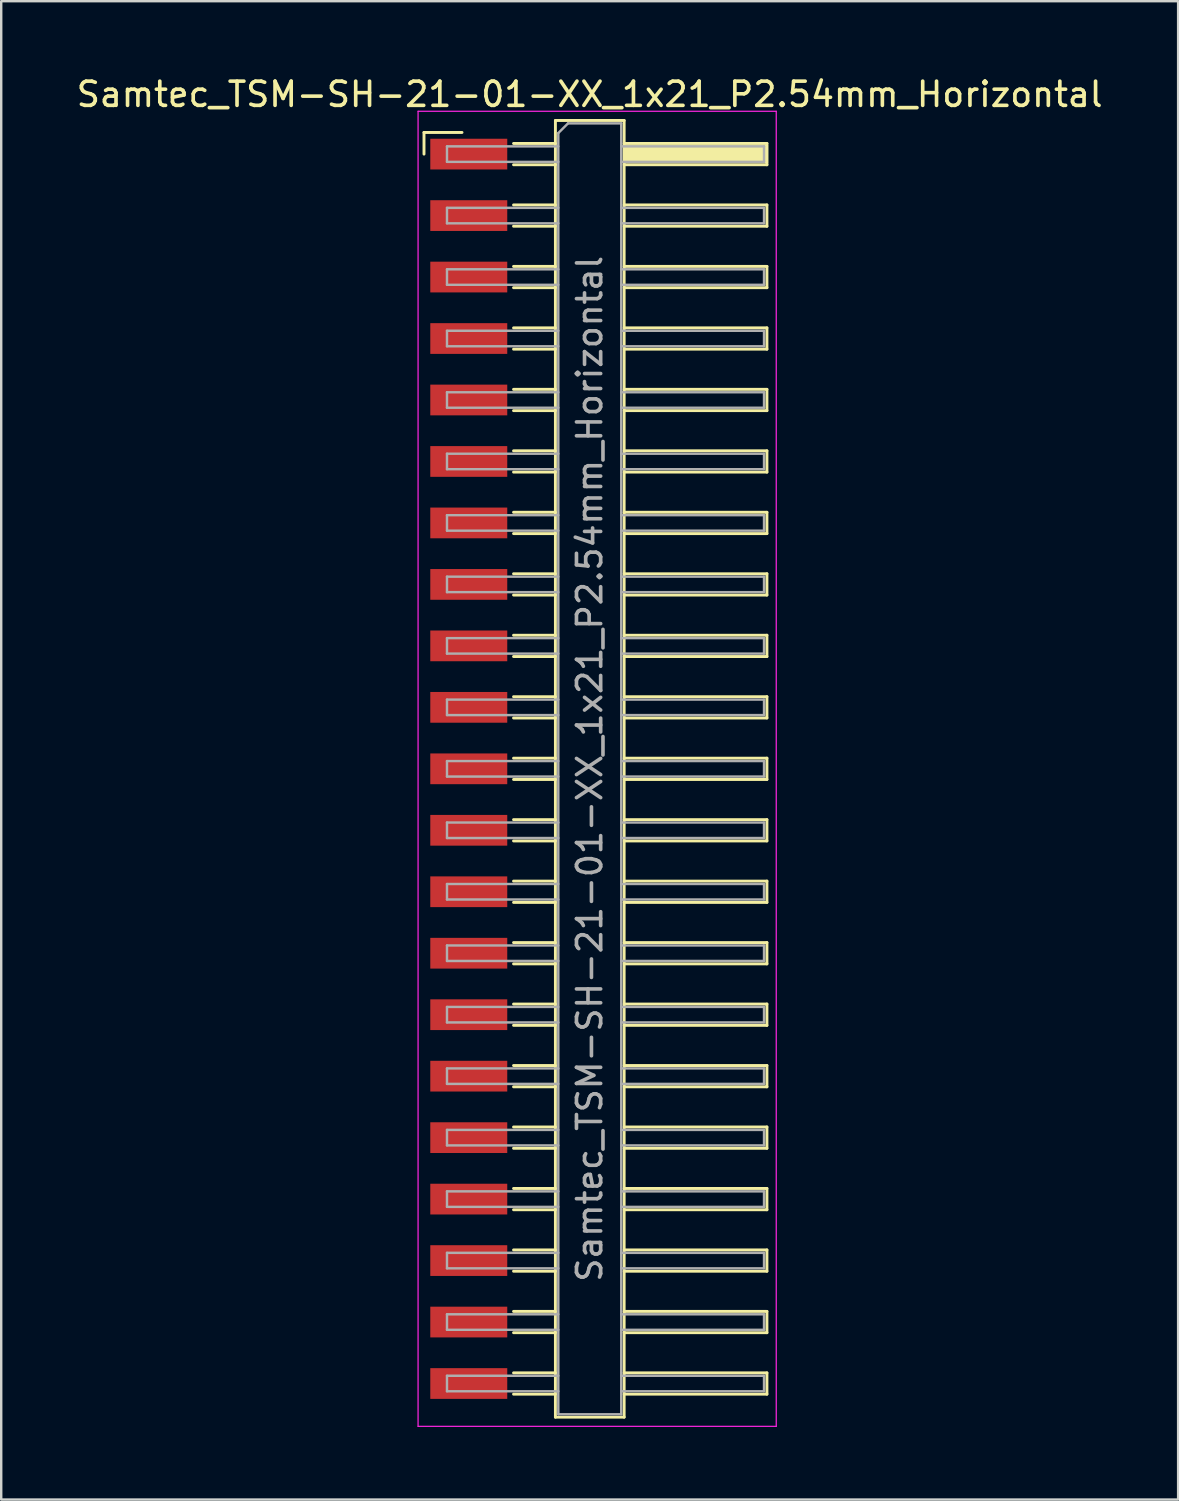
<source format=kicad_pcb>
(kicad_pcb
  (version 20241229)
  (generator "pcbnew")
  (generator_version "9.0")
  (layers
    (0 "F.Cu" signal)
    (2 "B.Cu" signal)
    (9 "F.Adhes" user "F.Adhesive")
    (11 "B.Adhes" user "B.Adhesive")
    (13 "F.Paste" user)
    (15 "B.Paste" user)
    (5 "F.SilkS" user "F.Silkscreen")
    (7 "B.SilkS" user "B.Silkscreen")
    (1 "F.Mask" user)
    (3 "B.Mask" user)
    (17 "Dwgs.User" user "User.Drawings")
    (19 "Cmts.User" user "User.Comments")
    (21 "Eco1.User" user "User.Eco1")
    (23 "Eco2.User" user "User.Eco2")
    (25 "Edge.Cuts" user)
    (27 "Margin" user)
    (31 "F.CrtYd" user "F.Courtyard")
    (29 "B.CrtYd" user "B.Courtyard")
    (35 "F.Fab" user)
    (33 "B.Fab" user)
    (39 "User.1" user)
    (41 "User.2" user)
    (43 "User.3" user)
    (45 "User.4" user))
  (footprint "Samtec_TSM-SH-21-01-XX_1x21_P2.54mm_Horizontal"
    (layer "F.Cu")
    (at 21.505 28.718)
    (property "Reference" "Samtec_TSM-SH-21-01-XX_1x21_P2.54mm_Horizontal" (at -0.19 -27.87 0) (layer "F.SilkS") (effects (font (size 1 1) (thickness 0.15))))
    (attr smd)
    (fp_line (start -7.035 -26.295) (end -5.465 -26.295) (stroke (width 0.12) (type solid)) (layer "F.SilkS"))
    (fp_line (start -7.035 -25.4) (end -7.035 -26.295) (stroke (width 0.12) (type solid)) (layer "F.SilkS"))
    (fp_line (start -3.335 -25.84) (end -1.605 -25.84) (stroke (width 0.12) (type solid)) (layer "F.SilkS"))
    (fp_line (start -3.335 -24.96) (end -1.605 -24.96) (stroke (width 0.12) (type solid)) (layer "F.SilkS"))
    (fp_line (start -3.335 -23.3) (end -1.605 -23.3) (stroke (width 0.12) (type solid)) (layer "F.SilkS"))
    (fp_line (start -3.335 -22.42) (end -1.605 -22.42) (stroke (width 0.12) (type solid)) (layer "F.SilkS"))
    (fp_line (start -3.335 -20.76) (end -1.605 -20.76) (stroke (width 0.12) (type solid)) (layer "F.SilkS"))
    (fp_line (start -3.335 -19.88) (end -1.605 -19.88) (stroke (width 0.12) (type solid)) (layer "F.SilkS"))
    (fp_line (start -3.335 -18.22) (end -1.605 -18.22) (stroke (width 0.12) (type solid)) (layer "F.SilkS"))
    (fp_line (start -3.335 -17.34) (end -1.605 -17.34) (stroke (width 0.12) (type solid)) (layer "F.SilkS"))
    (fp_line (start -3.335 -15.68) (end -1.605 -15.68) (stroke (width 0.12) (type solid)) (layer "F.SilkS"))
    (fp_line (start -3.335 -14.8) (end -1.605 -14.8) (stroke (width 0.12) (type solid)) (layer "F.SilkS"))
    (fp_line (start -3.335 -13.14) (end -1.605 -13.14) (stroke (width 0.12) (type solid)) (layer "F.SilkS"))
    (fp_line (start -3.335 -12.26) (end -1.605 -12.26) (stroke (width 0.12) (type solid)) (layer "F.SilkS"))
    (fp_line (start -3.335 -10.6) (end -1.605 -10.6) (stroke (width 0.12) (type solid)) (layer "F.SilkS"))
    (fp_line (start -3.335 -9.72) (end -1.605 -9.72) (stroke (width 0.12) (type solid)) (layer "F.SilkS"))
    (fp_line (start -3.335 -8.06) (end -1.605 -8.06) (stroke (width 0.12) (type solid)) (layer "F.SilkS"))
    (fp_line (start -3.335 -7.18) (end -1.605 -7.18) (stroke (width 0.12) (type solid)) (layer "F.SilkS"))
    (fp_line (start -3.335 -5.52) (end -1.605 -5.52) (stroke (width 0.12) (type solid)) (layer "F.SilkS"))
    (fp_line (start -3.335 -4.64) (end -1.605 -4.64) (stroke (width 0.12) (type solid)) (layer "F.SilkS"))
    (fp_line (start -3.335 -2.98) (end -1.605 -2.98) (stroke (width 0.12) (type solid)) (layer "F.SilkS"))
    (fp_line (start -3.335 -2.1) (end -1.605 -2.1) (stroke (width 0.12) (type solid)) (layer "F.SilkS"))
    (fp_line (start -3.335 -0.44) (end -1.605 -0.44) (stroke (width 0.12) (type solid)) (layer "F.SilkS"))
    (fp_line (start -3.335 0.44) (end -1.605 0.44) (stroke (width 0.12) (type solid)) (layer "F.SilkS"))
    (fp_line (start -3.335 2.1) (end -1.605 2.1) (stroke (width 0.12) (type solid)) (layer "F.SilkS"))
    (fp_line (start -3.335 2.98) (end -1.605 2.98) (stroke (width 0.12) (type solid)) (layer "F.SilkS"))
    (fp_line (start -3.335 4.64) (end -1.605 4.64) (stroke (width 0.12) (type solid)) (layer "F.SilkS"))
    (fp_line (start -3.335 5.52) (end -1.605 5.52) (stroke (width 0.12) (type solid)) (layer "F.SilkS"))
    (fp_line (start -3.335 7.18) (end -1.605 7.18) (stroke (width 0.12) (type solid)) (layer "F.SilkS"))
    (fp_line (start -3.335 8.06) (end -1.605 8.06) (stroke (width 0.12) (type solid)) (layer "F.SilkS"))
    (fp_line (start -3.335 9.72) (end -1.605 9.72) (stroke (width 0.12) (type solid)) (layer "F.SilkS"))
    (fp_line (start -3.335 10.6) (end -1.605 10.6) (stroke (width 0.12) (type solid)) (layer "F.SilkS"))
    (fp_line (start -3.335 12.26) (end -1.605 12.26) (stroke (width 0.12) (type solid)) (layer "F.SilkS"))
    (fp_line (start -3.335 13.14) (end -1.605 13.14) (stroke (width 0.12) (type solid)) (layer "F.SilkS"))
    (fp_line (start -3.335 14.8) (end -1.605 14.8) (stroke (width 0.12) (type solid)) (layer "F.SilkS"))
    (fp_line (start -3.335 15.68) (end -1.605 15.68) (stroke (width 0.12) (type solid)) (layer "F.SilkS"))
    (fp_line (start -3.335 17.34) (end -1.605 17.34) (stroke (width 0.12) (type solid)) (layer "F.SilkS"))
    (fp_line (start -3.335 18.22) (end -1.605 18.22) (stroke (width 0.12) (type solid)) (layer "F.SilkS"))
    (fp_line (start -3.335 19.88) (end -1.605 19.88) (stroke (width 0.12) (type solid)) (layer "F.SilkS"))
    (fp_line (start -3.335 20.76) (end -1.605 20.76) (stroke (width 0.12) (type solid)) (layer "F.SilkS"))
    (fp_line (start -3.335 22.42) (end -1.605 22.42) (stroke (width 0.12) (type solid)) (layer "F.SilkS"))
    (fp_line (start -3.335 23.3) (end -1.605 23.3) (stroke (width 0.12) (type solid)) (layer "F.SilkS"))
    (fp_line (start -3.335 24.96) (end -1.605 24.96) (stroke (width 0.12) (type solid)) (layer "F.SilkS"))
    (fp_line (start -3.335 25.84) (end -1.605 25.84) (stroke (width 0.12) (type solid)) (layer "F.SilkS"))
    (fp_line (start -1.605 -26.79) (end 1.235 -26.79) (stroke (width 0.12) (type solid)) (layer "F.SilkS"))
    (fp_line (start -1.605 26.79) (end -1.605 -26.79) (stroke (width 0.12) (type solid)) (layer "F.SilkS"))
    (fp_line (start 1.235 -26.79) (end 1.235 26.79) (stroke (width 0.12) (type solid)) (layer "F.SilkS"))
    (fp_line (start 1.235 -25.84) (end 7.135 -25.84) (stroke (width 0.12) (type solid)) (layer "F.SilkS"))
    (fp_line (start 1.235 -23.3) (end 7.135 -23.3) (stroke (width 0.12) (type solid)) (layer "F.SilkS"))
    (fp_line (start 1.235 -20.76) (end 7.135 -20.76) (stroke (width 0.12) (type solid)) (layer "F.SilkS"))
    (fp_line (start 1.235 -18.22) (end 7.135 -18.22) (stroke (width 0.12) (type solid)) (layer "F.SilkS"))
    (fp_line (start 1.235 -15.68) (end 7.135 -15.68) (stroke (width 0.12) (type solid)) (layer "F.SilkS"))
    (fp_line (start 1.235 -13.14) (end 7.135 -13.14) (stroke (width 0.12) (type solid)) (layer "F.SilkS"))
    (fp_line (start 1.235 -10.6) (end 7.135 -10.6) (stroke (width 0.12) (type solid)) (layer "F.SilkS"))
    (fp_line (start 1.235 -8.06) (end 7.135 -8.06) (stroke (width 0.12) (type solid)) (layer "F.SilkS"))
    (fp_line (start 1.235 -5.52) (end 7.135 -5.52) (stroke (width 0.12) (type solid)) (layer "F.SilkS"))
    (fp_line (start 1.235 -2.98) (end 7.135 -2.98) (stroke (width 0.12) (type solid)) (layer "F.SilkS"))
    (fp_line (start 1.235 -0.44) (end 7.135 -0.44) (stroke (width 0.12) (type solid)) (layer "F.SilkS"))
    (fp_line (start 1.235 2.1) (end 7.135 2.1) (stroke (width 0.12) (type solid)) (layer "F.SilkS"))
    (fp_line (start 1.235 4.64) (end 7.135 4.64) (stroke (width 0.12) (type solid)) (layer "F.SilkS"))
    (fp_line (start 1.235 7.18) (end 7.135 7.18) (stroke (width 0.12) (type solid)) (layer "F.SilkS"))
    (fp_line (start 1.235 9.72) (end 7.135 9.72) (stroke (width 0.12) (type solid)) (layer "F.SilkS"))
    (fp_line (start 1.235 12.26) (end 7.135 12.26) (stroke (width 0.12) (type solid)) (layer "F.SilkS"))
    (fp_line (start 1.235 14.8) (end 7.135 14.8) (stroke (width 0.12) (type solid)) (layer "F.SilkS"))
    (fp_line (start 1.235 17.34) (end 7.135 17.34) (stroke (width 0.12) (type solid)) (layer "F.SilkS"))
    (fp_line (start 1.235 19.88) (end 7.135 19.88) (stroke (width 0.12) (type solid)) (layer "F.SilkS"))
    (fp_line (start 1.235 22.42) (end 7.135 22.42) (stroke (width 0.12) (type solid)) (layer "F.SilkS"))
    (fp_line (start 1.235 24.96) (end 7.135 24.96) (stroke (width 0.12) (type solid)) (layer "F.SilkS"))
    (fp_line (start 1.235 26.79) (end -1.605 26.79) (stroke (width 0.12) (type solid)) (layer "F.SilkS"))
    (fp_line (start 7.135 -25.84) (end 7.135 -24.96) (stroke (width 0.12) (type solid)) (layer "F.SilkS"))
    (fp_line (start 7.135 -24.96) (end 1.235 -24.96) (stroke (width 0.12) (type solid)) (layer "F.SilkS"))
    (fp_line (start 7.135 -23.3) (end 7.135 -22.42) (stroke (width 0.12) (type solid)) (layer "F.SilkS"))
    (fp_line (start 7.135 -22.42) (end 1.235 -22.42) (stroke (width 0.12) (type solid)) (layer "F.SilkS"))
    (fp_line (start 7.135 -20.76) (end 7.135 -19.88) (stroke (width 0.12) (type solid)) (layer "F.SilkS"))
    (fp_line (start 7.135 -19.88) (end 1.235 -19.88) (stroke (width 0.12) (type solid)) (layer "F.SilkS"))
    (fp_line (start 7.135 -18.22) (end 7.135 -17.34) (stroke (width 0.12) (type solid)) (layer "F.SilkS"))
    (fp_line (start 7.135 -17.34) (end 1.235 -17.34) (stroke (width 0.12) (type solid)) (layer "F.SilkS"))
    (fp_line (start 7.135 -15.68) (end 7.135 -14.8) (stroke (width 0.12) (type solid)) (layer "F.SilkS"))
    (fp_line (start 7.135 -14.8) (end 1.235 -14.8) (stroke (width 0.12) (type solid)) (layer "F.SilkS"))
    (fp_line (start 7.135 -13.14) (end 7.135 -12.26) (stroke (width 0.12) (type solid)) (layer "F.SilkS"))
    (fp_line (start 7.135 -12.26) (end 1.235 -12.26) (stroke (width 0.12) (type solid)) (layer "F.SilkS"))
    (fp_line (start 7.135 -10.6) (end 7.135 -9.72) (stroke (width 0.12) (type solid)) (layer "F.SilkS"))
    (fp_line (start 7.135 -9.72) (end 1.235 -9.72) (stroke (width 0.12) (type solid)) (layer "F.SilkS"))
    (fp_line (start 7.135 -8.06) (end 7.135 -7.18) (stroke (width 0.12) (type solid)) (layer "F.SilkS"))
    (fp_line (start 7.135 -7.18) (end 1.235 -7.18) (stroke (width 0.12) (type solid)) (layer "F.SilkS"))
    (fp_line (start 7.135 -5.52) (end 7.135 -4.64) (stroke (width 0.12) (type solid)) (layer "F.SilkS"))
    (fp_line (start 7.135 -4.64) (end 1.235 -4.64) (stroke (width 0.12) (type solid)) (layer "F.SilkS"))
    (fp_line (start 7.135 -2.98) (end 7.135 -2.1) (stroke (width 0.12) (type solid)) (layer "F.SilkS"))
    (fp_line (start 7.135 -2.1) (end 1.235 -2.1) (stroke (width 0.12) (type solid)) (layer "F.SilkS"))
    (fp_line (start 7.135 -0.44) (end 7.135 0.44) (stroke (width 0.12) (type solid)) (layer "F.SilkS"))
    (fp_line (start 7.135 0.44) (end 1.235 0.44) (stroke (width 0.12) (type solid)) (layer "F.SilkS"))
    (fp_line (start 7.135 2.1) (end 7.135 2.98) (stroke (width 0.12) (type solid)) (layer "F.SilkS"))
    (fp_line (start 7.135 2.98) (end 1.235 2.98) (stroke (width 0.12) (type solid)) (layer "F.SilkS"))
    (fp_line (start 7.135 4.64) (end 7.135 5.52) (stroke (width 0.12) (type solid)) (layer "F.SilkS"))
    (fp_line (start 7.135 5.52) (end 1.235 5.52) (stroke (width 0.12) (type solid)) (layer "F.SilkS"))
    (fp_line (start 7.135 7.18) (end 7.135 8.06) (stroke (width 0.12) (type solid)) (layer "F.SilkS"))
    (fp_line (start 7.135 8.06) (end 1.235 8.06) (stroke (width 0.12) (type solid)) (layer "F.SilkS"))
    (fp_line (start 7.135 9.72) (end 7.135 10.6) (stroke (width 0.12) (type solid)) (layer "F.SilkS"))
    (fp_line (start 7.135 10.6) (end 1.235 10.6) (stroke (width 0.12) (type solid)) (layer "F.SilkS"))
    (fp_line (start 7.135 12.26) (end 7.135 13.14) (stroke (width 0.12) (type solid)) (layer "F.SilkS"))
    (fp_line (start 7.135 13.14) (end 1.235 13.14) (stroke (width 0.12) (type solid)) (layer "F.SilkS"))
    (fp_line (start 7.135 14.8) (end 7.135 15.68) (stroke (width 0.12) (type solid)) (layer "F.SilkS"))
    (fp_line (start 7.135 15.68) (end 1.235 15.68) (stroke (width 0.12) (type solid)) (layer "F.SilkS"))
    (fp_line (start 7.135 17.34) (end 7.135 18.22) (stroke (width 0.12) (type solid)) (layer "F.SilkS"))
    (fp_line (start 7.135 18.22) (end 1.235 18.22) (stroke (width 0.12) (type solid)) (layer "F.SilkS"))
    (fp_line (start 7.135 19.88) (end 7.135 20.76) (stroke (width 0.12) (type solid)) (layer "F.SilkS"))
    (fp_line (start 7.135 20.76) (end 1.235 20.76) (stroke (width 0.12) (type solid)) (layer "F.SilkS"))
    (fp_line (start 7.135 22.42) (end 7.135 23.3) (stroke (width 0.12) (type solid)) (layer "F.SilkS"))
    (fp_line (start 7.135 23.3) (end 1.235 23.3) (stroke (width 0.12) (type solid)) (layer "F.SilkS"))
    (fp_line (start 7.135 24.96) (end 7.135 25.84) (stroke (width 0.12) (type solid)) (layer "F.SilkS"))
    (fp_line (start 7.135 25.84) (end 1.235 25.84) (stroke (width 0.12) (type solid)) (layer "F.SilkS"))
    (fp_line (start -7.28 -27.17) (end 7.52 -27.17) (stroke (width 0.05) (type solid)) (layer "F.CrtYd"))
    (fp_line (start -7.28 27.17) (end -7.28 -27.17) (stroke (width 0.05) (type solid)) (layer "F.CrtYd"))
    (fp_line (start 7.52 -27.17) (end 7.52 27.17) (stroke (width 0.05) (type solid)) (layer "F.CrtYd"))
    (fp_line (start 7.52 27.17) (end -7.28 27.17) (stroke (width 0.05) (type solid)) (layer "F.CrtYd"))
    (fp_line (start -6.085 -25.72) (end -6.085 -25.08) (stroke (width 0.1) (type solid)) (layer "F.Fab"))
    (fp_line (start -6.085 -25.08) (end -1.485 -25.08) (stroke (width 0.1) (type solid)) (layer "F.Fab"))
    (fp_line (start -6.085 -23.18) (end -6.085 -22.54) (stroke (width 0.1) (type solid)) (layer "F.Fab"))
    (fp_line (start -6.085 -22.54) (end -1.485 -22.54) (stroke (width 0.1) (type solid)) (layer "F.Fab"))
    (fp_line (start -6.085 -20.64) (end -6.085 -20) (stroke (width 0.1) (type solid)) (layer "F.Fab"))
    (fp_line (start -6.085 -20) (end -1.485 -20) (stroke (width 0.1) (type solid)) (layer "F.Fab"))
    (fp_line (start -6.085 -18.1) (end -6.085 -17.46) (stroke (width 0.1) (type solid)) (layer "F.Fab"))
    (fp_line (start -6.085 -17.46) (end -1.485 -17.46) (stroke (width 0.1) (type solid)) (layer "F.Fab"))
    (fp_line (start -6.085 -15.56) (end -6.085 -14.92) (stroke (width 0.1) (type solid)) (layer "F.Fab"))
    (fp_line (start -6.085 -14.92) (end -1.485 -14.92) (stroke (width 0.1) (type solid)) (layer "F.Fab"))
    (fp_line (start -6.085 -13.02) (end -6.085 -12.38) (stroke (width 0.1) (type solid)) (layer "F.Fab"))
    (fp_line (start -6.085 -12.38) (end -1.485 -12.38) (stroke (width 0.1) (type solid)) (layer "F.Fab"))
    (fp_line (start -6.085 -10.48) (end -6.085 -9.84) (stroke (width 0.1) (type solid)) (layer "F.Fab"))
    (fp_line (start -6.085 -9.84) (end -1.485 -9.84) (stroke (width 0.1) (type solid)) (layer "F.Fab"))
    (fp_line (start -6.085 -7.94) (end -6.085 -7.3) (stroke (width 0.1) (type solid)) (layer "F.Fab"))
    (fp_line (start -6.085 -7.3) (end -1.485 -7.3) (stroke (width 0.1) (type solid)) (layer "F.Fab"))
    (fp_line (start -6.085 -5.4) (end -6.085 -4.76) (stroke (width 0.1) (type solid)) (layer "F.Fab"))
    (fp_line (start -6.085 -4.76) (end -1.485 -4.76) (stroke (width 0.1) (type solid)) (layer "F.Fab"))
    (fp_line (start -6.085 -2.86) (end -6.085 -2.22) (stroke (width 0.1) (type solid)) (layer "F.Fab"))
    (fp_line (start -6.085 -2.22) (end -1.485 -2.22) (stroke (width 0.1) (type solid)) (layer "F.Fab"))
    (fp_line (start -6.085 -0.32) (end -6.085 0.32) (stroke (width 0.1) (type solid)) (layer "F.Fab"))
    (fp_line (start -6.085 0.32) (end -1.485 0.32) (stroke (width 0.1) (type solid)) (layer "F.Fab"))
    (fp_line (start -6.085 2.22) (end -6.085 2.86) (stroke (width 0.1) (type solid)) (layer "F.Fab"))
    (fp_line (start -6.085 2.86) (end -1.485 2.86) (stroke (width 0.1) (type solid)) (layer "F.Fab"))
    (fp_line (start -6.085 4.76) (end -6.085 5.4) (stroke (width 0.1) (type solid)) (layer "F.Fab"))
    (fp_line (start -6.085 5.4) (end -1.485 5.4) (stroke (width 0.1) (type solid)) (layer "F.Fab"))
    (fp_line (start -6.085 7.3) (end -6.085 7.94) (stroke (width 0.1) (type solid)) (layer "F.Fab"))
    (fp_line (start -6.085 7.94) (end -1.485 7.94) (stroke (width 0.1) (type solid)) (layer "F.Fab"))
    (fp_line (start -6.085 9.84) (end -6.085 10.48) (stroke (width 0.1) (type solid)) (layer "F.Fab"))
    (fp_line (start -6.085 10.48) (end -1.485 10.48) (stroke (width 0.1) (type solid)) (layer "F.Fab"))
    (fp_line (start -6.085 12.38) (end -6.085 13.02) (stroke (width 0.1) (type solid)) (layer "F.Fab"))
    (fp_line (start -6.085 13.02) (end -1.485 13.02) (stroke (width 0.1) (type solid)) (layer "F.Fab"))
    (fp_line (start -6.085 14.92) (end -6.085 15.56) (stroke (width 0.1) (type solid)) (layer "F.Fab"))
    (fp_line (start -6.085 15.56) (end -1.485 15.56) (stroke (width 0.1) (type solid)) (layer "F.Fab"))
    (fp_line (start -6.085 17.46) (end -6.085 18.1) (stroke (width 0.1) (type solid)) (layer "F.Fab"))
    (fp_line (start -6.085 18.1) (end -1.485 18.1) (stroke (width 0.1) (type solid)) (layer "F.Fab"))
    (fp_line (start -6.085 20) (end -6.085 20.64) (stroke (width 0.1) (type solid)) (layer "F.Fab"))
    (fp_line (start -6.085 20.64) (end -1.485 20.64) (stroke (width 0.1) (type solid)) (layer "F.Fab"))
    (fp_line (start -6.085 22.54) (end -6.085 23.18) (stroke (width 0.1) (type solid)) (layer "F.Fab"))
    (fp_line (start -6.085 23.18) (end -1.485 23.18) (stroke (width 0.1) (type solid)) (layer "F.Fab"))
    (fp_line (start -6.085 25.08) (end -6.085 25.72) (stroke (width 0.1) (type solid)) (layer "F.Fab"))
    (fp_line (start -6.085 25.72) (end -1.485 25.72) (stroke (width 0.1) (type solid)) (layer "F.Fab"))
    (fp_line (start -1.485 -26.27) (end -1.085 -26.67) (stroke (width 0.1) (type solid)) (layer "F.Fab"))
    (fp_line (start -1.485 -25.72) (end -6.085 -25.72) (stroke (width 0.1) (type solid)) (layer "F.Fab"))
    (fp_line (start -1.485 -23.18) (end -6.085 -23.18) (stroke (width 0.1) (type solid)) (layer "F.Fab"))
    (fp_line (start -1.485 -20.64) (end -6.085 -20.64) (stroke (width 0.1) (type solid)) (layer "F.Fab"))
    (fp_line (start -1.485 -18.1) (end -6.085 -18.1) (stroke (width 0.1) (type solid)) (layer "F.Fab"))
    (fp_line (start -1.485 -15.56) (end -6.085 -15.56) (stroke (width 0.1) (type solid)) (layer "F.Fab"))
    (fp_line (start -1.485 -13.02) (end -6.085 -13.02) (stroke (width 0.1) (type solid)) (layer "F.Fab"))
    (fp_line (start -1.485 -10.48) (end -6.085 -10.48) (stroke (width 0.1) (type solid)) (layer "F.Fab"))
    (fp_line (start -1.485 -7.94) (end -6.085 -7.94) (stroke (width 0.1) (type solid)) (layer "F.Fab"))
    (fp_line (start -1.485 -5.4) (end -6.085 -5.4) (stroke (width 0.1) (type solid)) (layer "F.Fab"))
    (fp_line (start -1.485 -2.86) (end -6.085 -2.86) (stroke (width 0.1) (type solid)) (layer "F.Fab"))
    (fp_line (start -1.485 -0.32) (end -6.085 -0.32) (stroke (width 0.1) (type solid)) (layer "F.Fab"))
    (fp_line (start -1.485 2.22) (end -6.085 2.22) (stroke (width 0.1) (type solid)) (layer "F.Fab"))
    (fp_line (start -1.485 4.76) (end -6.085 4.76) (stroke (width 0.1) (type solid)) (layer "F.Fab"))
    (fp_line (start -1.485 7.3) (end -6.085 7.3) (stroke (width 0.1) (type solid)) (layer "F.Fab"))
    (fp_line (start -1.485 9.84) (end -6.085 9.84) (stroke (width 0.1) (type solid)) (layer "F.Fab"))
    (fp_line (start -1.485 12.38) (end -6.085 12.38) (stroke (width 0.1) (type solid)) (layer "F.Fab"))
    (fp_line (start -1.485 14.92) (end -6.085 14.92) (stroke (width 0.1) (type solid)) (layer "F.Fab"))
    (fp_line (start -1.485 17.46) (end -6.085 17.46) (stroke (width 0.1) (type solid)) (layer "F.Fab"))
    (fp_line (start -1.485 20) (end -6.085 20) (stroke (width 0.1) (type solid)) (layer "F.Fab"))
    (fp_line (start -1.485 22.54) (end -6.085 22.54) (stroke (width 0.1) (type solid)) (layer "F.Fab"))
    (fp_line (start -1.485 25.08) (end -6.085 25.08) (stroke (width 0.1) (type solid)) (layer "F.Fab"))
    (fp_line (start -1.485 26.67) (end -1.485 -26.27) (stroke (width 0.1) (type solid)) (layer "F.Fab"))
    (fp_line (start -1.085 -26.67) (end 1.115 -26.67) (stroke (width 0.1) (type solid)) (layer "F.Fab"))
    (fp_line (start 1.115 -26.67) (end 1.115 26.67) (stroke (width 0.1) (type solid)) (layer "F.Fab"))
    (fp_line (start 1.115 -25.72) (end 7.015 -25.72) (stroke (width 0.1) (type solid)) (layer "F.Fab"))
    (fp_line (start 1.115 -23.18) (end 7.015 -23.18) (stroke (width 0.1) (type solid)) (layer "F.Fab"))
    (fp_line (start 1.115 -20.64) (end 7.015 -20.64) (stroke (width 0.1) (type solid)) (layer "F.Fab"))
    (fp_line (start 1.115 -18.1) (end 7.015 -18.1) (stroke (width 0.1) (type solid)) (layer "F.Fab"))
    (fp_line (start 1.115 -15.56) (end 7.015 -15.56) (stroke (width 0.1) (type solid)) (layer "F.Fab"))
    (fp_line (start 1.115 -13.02) (end 7.015 -13.02) (stroke (width 0.1) (type solid)) (layer "F.Fab"))
    (fp_line (start 1.115 -10.48) (end 7.015 -10.48) (stroke (width 0.1) (type solid)) (layer "F.Fab"))
    (fp_line (start 1.115 -7.94) (end 7.015 -7.94) (stroke (width 0.1) (type solid)) (layer "F.Fab"))
    (fp_line (start 1.115 -5.4) (end 7.015 -5.4) (stroke (width 0.1) (type solid)) (layer "F.Fab"))
    (fp_line (start 1.115 -2.86) (end 7.015 -2.86) (stroke (width 0.1) (type solid)) (layer "F.Fab"))
    (fp_line (start 1.115 -0.32) (end 7.015 -0.32) (stroke (width 0.1) (type solid)) (layer "F.Fab"))
    (fp_line (start 1.115 2.22) (end 7.015 2.22) (stroke (width 0.1) (type solid)) (layer "F.Fab"))
    (fp_line (start 1.115 4.76) (end 7.015 4.76) (stroke (width 0.1) (type solid)) (layer "F.Fab"))
    (fp_line (start 1.115 7.3) (end 7.015 7.3) (stroke (width 0.1) (type solid)) (layer "F.Fab"))
    (fp_line (start 1.115 9.84) (end 7.015 9.84) (stroke (width 0.1) (type solid)) (layer "F.Fab"))
    (fp_line (start 1.115 12.38) (end 7.015 12.38) (stroke (width 0.1) (type solid)) (layer "F.Fab"))
    (fp_line (start 1.115 14.92) (end 7.015 14.92) (stroke (width 0.1) (type solid)) (layer "F.Fab"))
    (fp_line (start 1.115 17.46) (end 7.015 17.46) (stroke (width 0.1) (type solid)) (layer "F.Fab"))
    (fp_line (start 1.115 20) (end 7.015 20) (stroke (width 0.1) (type solid)) (layer "F.Fab"))
    (fp_line (start 1.115 22.54) (end 7.015 22.54) (stroke (width 0.1) (type solid)) (layer "F.Fab"))
    (fp_line (start 1.115 25.08) (end 7.015 25.08) (stroke (width 0.1) (type solid)) (layer "F.Fab"))
    (fp_line (start 1.115 26.67) (end -1.485 26.67) (stroke (width 0.1) (type solid)) (layer "F.Fab"))
    (fp_line (start 7.015 -25.72) (end 7.015 -25.08) (stroke (width 0.1) (type solid)) (layer "F.Fab"))
    (fp_line (start 7.015 -25.08) (end 1.115 -25.08) (stroke (width 0.1) (type solid)) (layer "F.Fab"))
    (fp_line (start 7.015 -23.18) (end 7.015 -22.54) (stroke (width 0.1) (type solid)) (layer "F.Fab"))
    (fp_line (start 7.015 -22.54) (end 1.115 -22.54) (stroke (width 0.1) (type solid)) (layer "F.Fab"))
    (fp_line (start 7.015 -20.64) (end 7.015 -20) (stroke (width 0.1) (type solid)) (layer "F.Fab"))
    (fp_line (start 7.015 -20) (end 1.115 -20) (stroke (width 0.1) (type solid)) (layer "F.Fab"))
    (fp_line (start 7.015 -18.1) (end 7.015 -17.46) (stroke (width 0.1) (type solid)) (layer "F.Fab"))
    (fp_line (start 7.015 -17.46) (end 1.115 -17.46) (stroke (width 0.1) (type solid)) (layer "F.Fab"))
    (fp_line (start 7.015 -15.56) (end 7.015 -14.92) (stroke (width 0.1) (type solid)) (layer "F.Fab"))
    (fp_line (start 7.015 -14.92) (end 1.115 -14.92) (stroke (width 0.1) (type solid)) (layer "F.Fab"))
    (fp_line (start 7.015 -13.02) (end 7.015 -12.38) (stroke (width 0.1) (type solid)) (layer "F.Fab"))
    (fp_line (start 7.015 -12.38) (end 1.115 -12.38) (stroke (width 0.1) (type solid)) (layer "F.Fab"))
    (fp_line (start 7.015 -10.48) (end 7.015 -9.84) (stroke (width 0.1) (type solid)) (layer "F.Fab"))
    (fp_line (start 7.015 -9.84) (end 1.115 -9.84) (stroke (width 0.1) (type solid)) (layer "F.Fab"))
    (fp_line (start 7.015 -7.94) (end 7.015 -7.3) (stroke (width 0.1) (type solid)) (layer "F.Fab"))
    (fp_line (start 7.015 -7.3) (end 1.115 -7.3) (stroke (width 0.1) (type solid)) (layer "F.Fab"))
    (fp_line (start 7.015 -5.4) (end 7.015 -4.76) (stroke (width 0.1) (type solid)) (layer "F.Fab"))
    (fp_line (start 7.015 -4.76) (end 1.115 -4.76) (stroke (width 0.1) (type solid)) (layer "F.Fab"))
    (fp_line (start 7.015 -2.86) (end 7.015 -2.22) (stroke (width 0.1) (type solid)) (layer "F.Fab"))
    (fp_line (start 7.015 -2.22) (end 1.115 -2.22) (stroke (width 0.1) (type solid)) (layer "F.Fab"))
    (fp_line (start 7.015 -0.32) (end 7.015 0.32) (stroke (width 0.1) (type solid)) (layer "F.Fab"))
    (fp_line (start 7.015 0.32) (end 1.115 0.32) (stroke (width 0.1) (type solid)) (layer "F.Fab"))
    (fp_line (start 7.015 2.22) (end 7.015 2.86) (stroke (width 0.1) (type solid)) (layer "F.Fab"))
    (fp_line (start 7.015 2.86) (end 1.115 2.86) (stroke (width 0.1) (type solid)) (layer "F.Fab"))
    (fp_line (start 7.015 4.76) (end 7.015 5.4) (stroke (width 0.1) (type solid)) (layer "F.Fab"))
    (fp_line (start 7.015 5.4) (end 1.115 5.4) (stroke (width 0.1) (type solid)) (layer "F.Fab"))
    (fp_line (start 7.015 7.3) (end 7.015 7.94) (stroke (width 0.1) (type solid)) (layer "F.Fab"))
    (fp_line (start 7.015 7.94) (end 1.115 7.94) (stroke (width 0.1) (type solid)) (layer "F.Fab"))
    (fp_line (start 7.015 9.84) (end 7.015 10.48) (stroke (width 0.1) (type solid)) (layer "F.Fab"))
    (fp_line (start 7.015 10.48) (end 1.115 10.48) (stroke (width 0.1) (type solid)) (layer "F.Fab"))
    (fp_line (start 7.015 12.38) (end 7.015 13.02) (stroke (width 0.1) (type solid)) (layer "F.Fab"))
    (fp_line (start 7.015 13.02) (end 1.115 13.02) (stroke (width 0.1) (type solid)) (layer "F.Fab"))
    (fp_line (start 7.015 14.92) (end 7.015 15.56) (stroke (width 0.1) (type solid)) (layer "F.Fab"))
    (fp_line (start 7.015 15.56) (end 1.115 15.56) (stroke (width 0.1) (type solid)) (layer "F.Fab"))
    (fp_line (start 7.015 17.46) (end 7.015 18.1) (stroke (width 0.1) (type solid)) (layer "F.Fab"))
    (fp_line (start 7.015 18.1) (end 1.115 18.1) (stroke (width 0.1) (type solid)) (layer "F.Fab"))
    (fp_line (start 7.015 20) (end 7.015 20.64) (stroke (width 0.1) (type solid)) (layer "F.Fab"))
    (fp_line (start 7.015 20.64) (end 1.115 20.64) (stroke (width 0.1) (type solid)) (layer "F.Fab"))
    (fp_line (start 7.015 22.54) (end 7.015 23.18) (stroke (width 0.1) (type solid)) (layer "F.Fab"))
    (fp_line (start 7.015 23.18) (end 1.115 23.18) (stroke (width 0.1) (type solid)) (layer "F.Fab"))
    (fp_line (start 7.015 25.08) (end 7.015 25.72) (stroke (width 0.1) (type solid)) (layer "F.Fab"))
    (fp_line (start 7.015 25.72) (end 1.115 25.72) (stroke (width 0.1) (type solid)) (layer "F.Fab"))
    (fp_text user "${REFERENCE}" (at -0.19 0 90) (layer "F.Fab") (effects (font (size 1 1) (thickness 0.15))))
    (pad "" smd rect (at 4.185 -25.4) (size 6 0.76) (layers "F.SilkS"))
    (pad "1" smd rect (at -5.185 -25.4) (size 3.18 1.27) (layers "F.Cu" "F.Mask" "F.Paste"))
    (pad "2" smd rect (at -5.185 -22.86) (size 3.18 1.27) (layers "F.Cu" "F.Mask" "F.Paste"))
    (pad "3" smd rect (at -5.185 -20.32) (size 3.18 1.27) (layers "F.Cu" "F.Mask" "F.Paste"))
    (pad "4" smd rect (at -5.185 -17.78) (size 3.18 1.27) (layers "F.Cu" "F.Mask" "F.Paste"))
    (pad "5" smd rect (at -5.185 -15.24) (size 3.18 1.27) (layers "F.Cu" "F.Mask" "F.Paste"))
    (pad "6" smd rect (at -5.185 -12.7) (size 3.18 1.27) (layers "F.Cu" "F.Mask" "F.Paste"))
    (pad "7" smd rect (at -5.185 -10.16) (size 3.18 1.27) (layers "F.Cu" "F.Mask" "F.Paste"))
    (pad "8" smd rect (at -5.185 -7.62) (size 3.18 1.27) (layers "F.Cu" "F.Mask" "F.Paste"))
    (pad "9" smd rect (at -5.185 -5.08) (size 3.18 1.27) (layers "F.Cu" "F.Mask" "F.Paste"))
    (pad "10" smd rect (at -5.185 -2.54) (size 3.18 1.27) (layers "F.Cu" "F.Mask" "F.Paste"))
    (pad "11" smd rect (at -5.185 0) (size 3.18 1.27) (layers "F.Cu" "F.Mask" "F.Paste"))
    (pad "12" smd rect (at -5.185 2.54) (size 3.18 1.27) (layers "F.Cu" "F.Mask" "F.Paste"))
    (pad "13" smd rect (at -5.185 5.08) (size 3.18 1.27) (layers "F.Cu" "F.Mask" "F.Paste"))
    (pad "14" smd rect (at -5.185 7.62) (size 3.18 1.27) (layers "F.Cu" "F.Mask" "F.Paste"))
    (pad "15" smd rect (at -5.185 10.16) (size 3.18 1.27) (layers "F.Cu" "F.Mask" "F.Paste"))
    (pad "16" smd rect (at -5.185 12.7) (size 3.18 1.27) (layers "F.Cu" "F.Mask" "F.Paste"))
    (pad "17" smd rect (at -5.185 15.24) (size 3.18 1.27) (layers "F.Cu" "F.Mask" "F.Paste"))
    (pad "18" smd rect (at -5.185 17.78) (size 3.18 1.27) (layers "F.Cu" "F.Mask" "F.Paste"))
    (pad "19" smd rect (at -5.185 20.32) (size 3.18 1.27) (layers "F.Cu" "F.Mask" "F.Paste"))
    (pad "20" smd rect (at -5.185 22.86) (size 3.18 1.27) (layers "F.Cu" "F.Mask" "F.Paste"))
    (pad "21" smd rect (at -5.185 25.4) (size 3.18 1.27) (layers "F.Cu" "F.Mask" "F.Paste")))
  (gr_rect
    (start -3 -3)
    (end 45.631 58.913)
    (stroke (width 0.1) (type default))
    (fill no)
    (layer "Edge.Cuts")))
</source>
